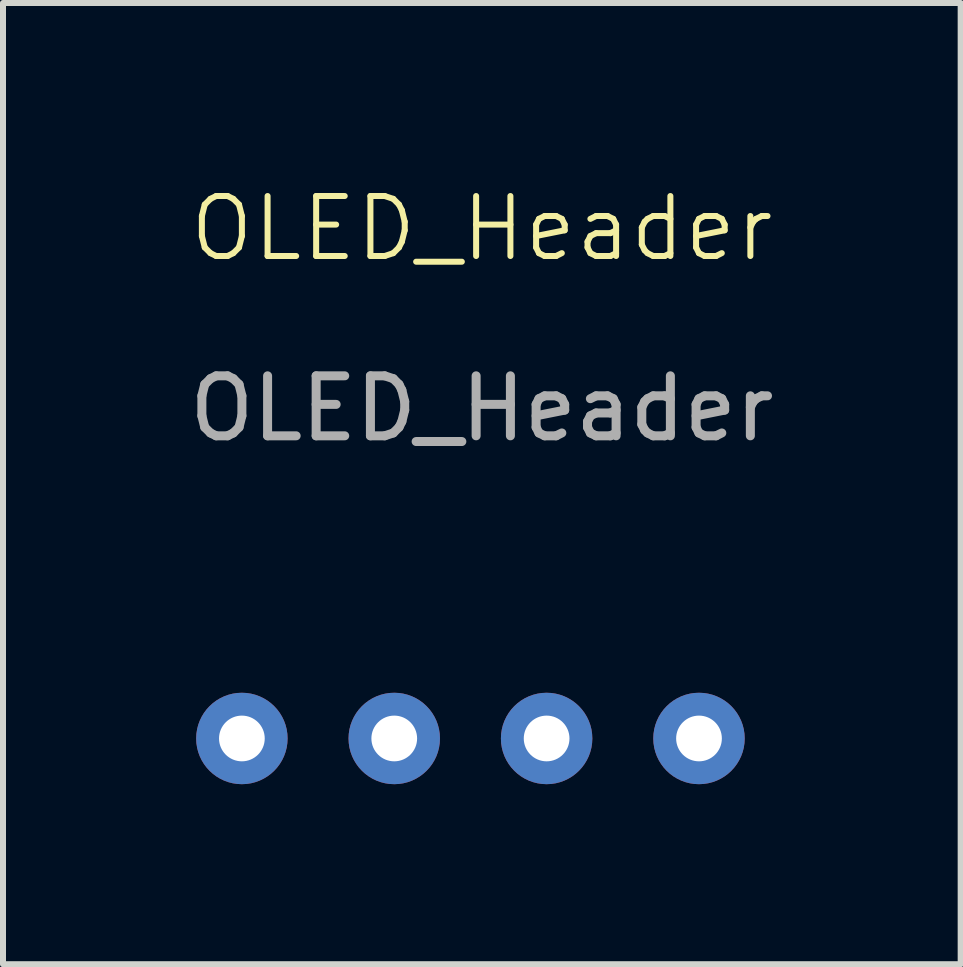
<source format=kicad_pcb>
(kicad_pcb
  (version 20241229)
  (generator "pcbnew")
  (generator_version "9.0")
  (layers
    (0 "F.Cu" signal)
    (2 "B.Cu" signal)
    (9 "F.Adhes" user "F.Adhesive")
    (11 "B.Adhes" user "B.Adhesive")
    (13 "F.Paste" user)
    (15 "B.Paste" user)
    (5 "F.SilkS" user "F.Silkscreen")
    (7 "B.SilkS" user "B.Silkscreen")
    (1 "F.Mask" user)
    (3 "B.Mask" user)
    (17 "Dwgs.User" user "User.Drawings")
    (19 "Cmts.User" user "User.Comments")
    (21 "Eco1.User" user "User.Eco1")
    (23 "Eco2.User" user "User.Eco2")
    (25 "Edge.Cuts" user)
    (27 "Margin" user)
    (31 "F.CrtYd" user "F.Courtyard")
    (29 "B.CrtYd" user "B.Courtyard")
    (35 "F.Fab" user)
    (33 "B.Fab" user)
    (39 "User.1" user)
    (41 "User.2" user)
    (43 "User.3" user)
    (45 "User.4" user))
  (footprint "OLED_Header"
    (layer "F.Cu")
    (at 4.982 1.26)
    (property "Reference" "OLED_Header" (at 0 -0.5 0) (unlocked yes) (layer "F.SilkS") (effects (font (size 1 1) (thickness 0.1))))
    (attr through_hole)
    (fp_text user "${REFERENCE}" (at 0 2.5 0) (unlocked yes) (layer "F.Fab") (effects (font (size 1 1) (thickness 0.15))))
    (pad "1" thru_hole circle (at -4 8) (size 1.524 1.524) (drill 0.762) (layers "*.Cu" "*.Mask"))
    (pad "2" thru_hole circle (at -1.46 8) (size 1.524 1.524) (drill 0.762) (layers "*.Cu" "*.Mask"))
    (pad "3" thru_hole circle (at 1.08 8) (size 1.524 1.524) (drill 0.762) (layers "*.Cu" "*.Mask"))
    (pad "4" thru_hole circle (at 3.62 8) (size 1.524 1.524) (drill 0.762) (layers "*.Cu" "*.Mask")))
  (gr_rect
    (start -3 -3)
    (end 12.964 13.023)
    (stroke (width 0.1) (type default))
    (fill no)
    (layer "Edge.Cuts")))
</source>
